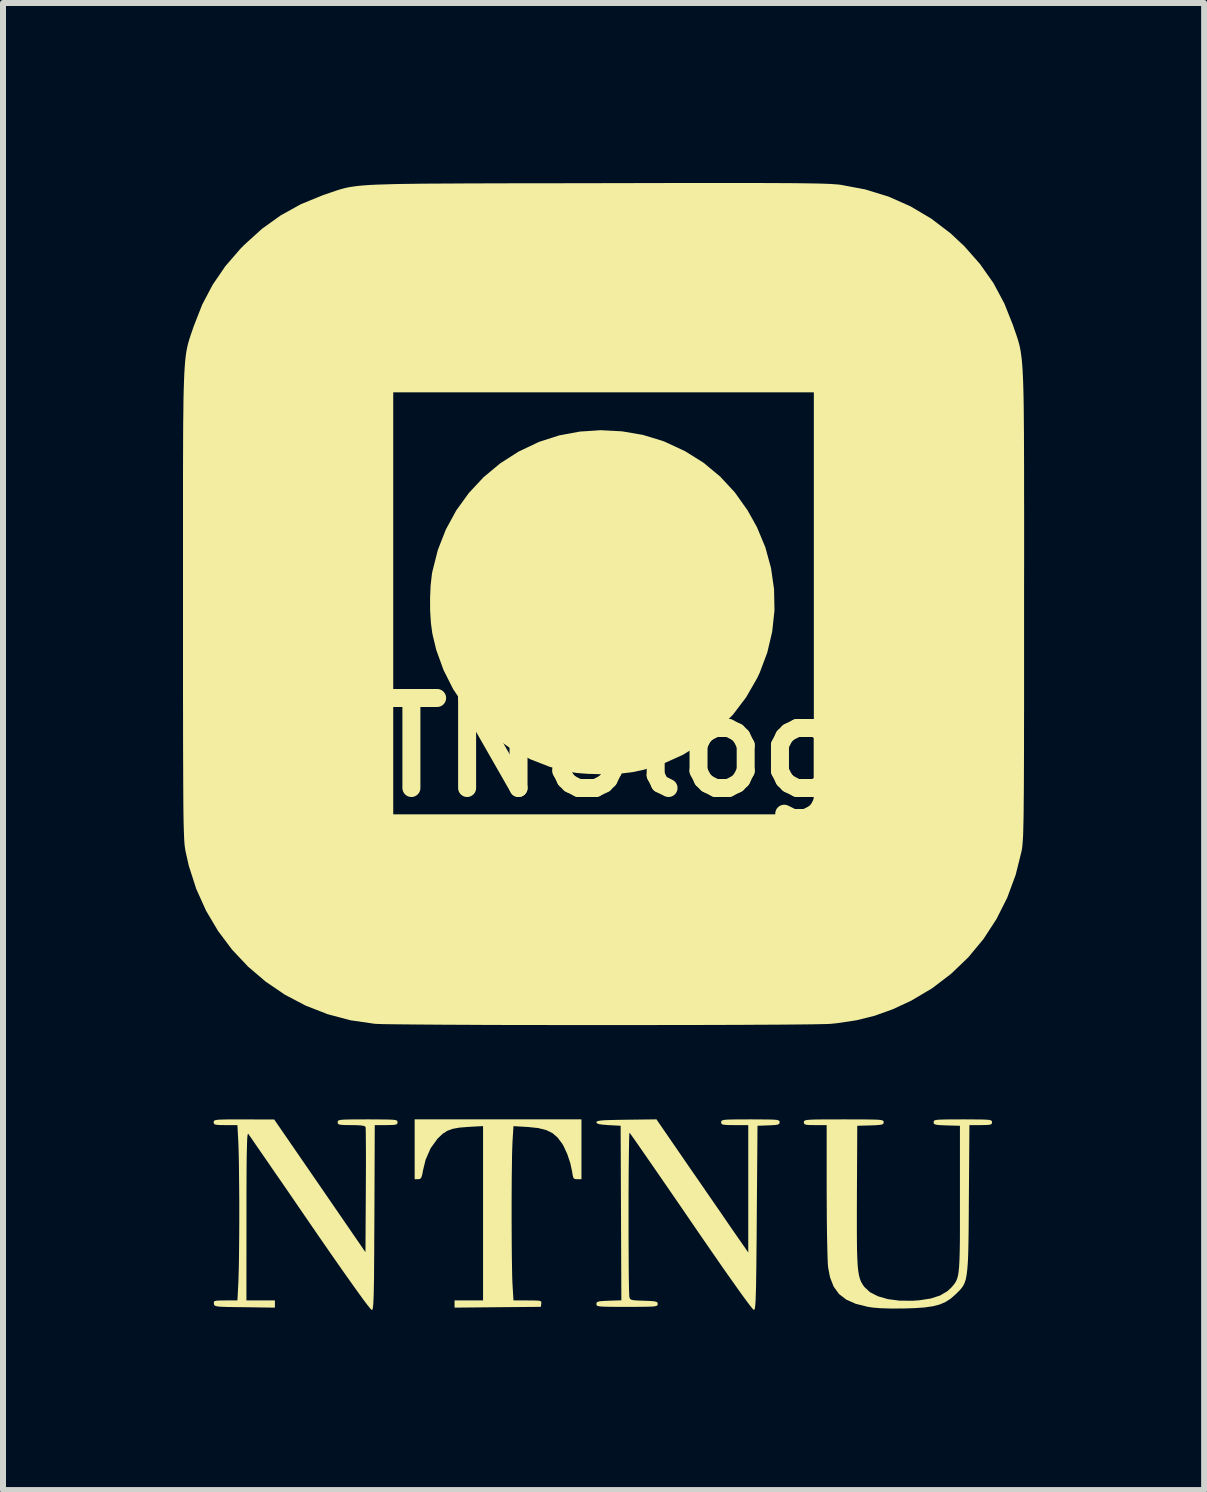
<source format=kicad_pcb>
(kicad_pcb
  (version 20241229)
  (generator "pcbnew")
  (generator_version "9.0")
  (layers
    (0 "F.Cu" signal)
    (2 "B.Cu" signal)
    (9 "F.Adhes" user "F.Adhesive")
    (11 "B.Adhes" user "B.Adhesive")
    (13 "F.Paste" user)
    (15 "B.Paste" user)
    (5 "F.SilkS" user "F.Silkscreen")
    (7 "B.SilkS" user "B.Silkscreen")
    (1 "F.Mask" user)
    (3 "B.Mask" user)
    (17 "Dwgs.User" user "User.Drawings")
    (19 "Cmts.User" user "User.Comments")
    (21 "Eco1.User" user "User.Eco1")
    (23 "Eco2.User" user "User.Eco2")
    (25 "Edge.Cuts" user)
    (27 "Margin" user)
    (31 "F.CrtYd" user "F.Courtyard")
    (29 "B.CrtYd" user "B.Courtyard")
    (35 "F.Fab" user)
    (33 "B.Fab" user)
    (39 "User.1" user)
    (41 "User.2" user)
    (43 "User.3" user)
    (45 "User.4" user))
  (footprint "NTNUlogo"
    (layer "F.Cu")
    (at 7.021 9.405)
    (property "Reference" "NTNUlogo" (at 0 0 0) (layer "F.SilkS") (effects (font (size 1.5 1.5) (thickness 0.3))))
    (attr board_only exclude_from_pos_files exclude_from_bom)
    (fp_poly (pts (xy 0.297 -5.266) (xy 0.643 -5.207) (xy 0.974 -5.106) (xy 1.01 -5.092) (xy 1.349 -4.934) (xy 1.657 -4.741) (xy 1.932 -4.512) (xy 2.176 -4.249) (xy 2.389 -3.949) (xy 2.544 -3.671) (xy 2.684 -3.336) (xy 2.779 -2.99) (xy 2.83 -2.636) (xy 2.837 -2.28) (xy 2.799 -1.926) (xy 2.717 -1.579) (xy 2.591 -1.243) (xy 2.548 -1.152) (xy 2.365 -0.834) (xy 2.146 -0.545) (xy 1.895 -0.287) (xy 1.615 -0.063) (xy 1.311 0.125) (xy 0.984 0.273) (xy 0.639 0.379) (xy 0.466 0.415) (xy 0.307 0.434) (xy 0.119 0.446) (xy -0.082 0.448) (xy -0.28 0.442) (xy -0.458 0.428) (xy -0.556 0.413) (xy -0.905 0.327) (xy -1.236 0.198) (xy -1.546 0.03) (xy -1.833 -0.173) (xy -2.093 -0.41) (xy -2.322 -0.677) (xy -2.519 -0.97) (xy -2.679 -1.288) (xy -2.801 -1.626) (xy -2.865 -1.894) (xy -2.889 -2.07) (xy -2.902 -2.274) (xy -2.903 -2.489) (xy -2.894 -2.698) (xy -2.873 -2.883) (xy -2.865 -2.928) (xy -2.774 -3.288) (xy -2.641 -3.628) (xy -2.468 -3.946) (xy -2.258 -4.237) (xy -2.013 -4.5) (xy -1.736 -4.731) (xy -1.429 -4.928) (xy -1.094 -5.087) (xy -1.081 -5.092) (xy -0.753 -5.198) (xy -0.408 -5.262) (xy -0.056 -5.285)) (stroke (width 0) (type solid)) (fill yes) (layer "F.SilkS"))
    (fp_poly (pts (xy -0.38 6.7) (xy -0.38 7.199) (xy -0.449 7.199) (xy -0.49 7.196) (xy -0.513 7.178) (xy -0.526 7.133) (xy -0.535 7.075) (xy -0.566 6.931) (xy -0.616 6.781) (xy -0.678 6.646) (xy -0.702 6.605) (xy -0.778 6.504) (xy -0.864 6.43) (xy -0.969 6.379) (xy -1.102 6.346) (xy -1.272 6.328) (xy -1.281 6.328) (xy -1.513 6.314) (xy -1.529 6.57) (xy -1.533 6.668) (xy -1.537 6.806) (xy -1.539 6.977) (xy -1.542 7.174) (xy -1.543 7.39) (xy -1.544 7.618) (xy -1.544 7.85) (xy -1.543 8.08) (xy -1.542 8.3) (xy -1.54 8.502) (xy -1.537 8.681) (xy -1.534 8.829) (xy -1.53 8.938) (xy -1.529 8.952) (xy -1.513 9.219) (xy -1.278 9.219) (xy -1.171 9.22) (xy -1.102 9.222) (xy -1.065 9.229) (xy -1.05 9.242) (xy -1.049 9.263) (xy -1.05 9.273) (xy -1.057 9.326) (xy -1.776 9.332) (xy -2.495 9.339) (xy -2.495 9.279) (xy -2.495 9.219) (xy -2.257 9.219) (xy -2.02 9.219) (xy -2.02 7.766) (xy -2.02 6.313) (xy -2.269 6.327) (xy -2.417 6.339) (xy -2.53 6.36) (xy -2.618 6.393) (xy -2.695 6.443) (xy -2.77 6.515) (xy -2.781 6.526) (xy -2.894 6.683) (xy -2.977 6.872) (xy -3.019 7.044) (xy -3.035 7.127) (xy -3.051 7.174) (xy -3.072 7.195) (xy -3.103 7.199) (xy -3.103 7.199) (xy -3.16 7.199) (xy -3.16 6.7) (xy -3.16 6.201) (xy -1.77 6.201) (xy -0.38 6.201)) (stroke (width 0) (type solid)) (fill yes) (layer "F.SilkS"))
    (fp_poly (pts (xy -3.778 6.202) (xy -3.654 6.203) (xy -3.565 6.205) (xy -3.506 6.209) (xy -3.47 6.215) (xy -3.452 6.225) (xy -3.446 6.238) (xy -3.445 6.249) (xy -3.449 6.273) (xy -3.468 6.287) (xy -3.51 6.294) (xy -3.585 6.296) (xy -3.635 6.297) (xy -3.825 6.297) (xy -3.831 7.835) (xy -3.833 8.146) (xy -3.834 8.413) (xy -3.836 8.64) (xy -3.837 8.828) (xy -3.84 8.983) (xy -3.842 9.106) (xy -3.846 9.202) (xy -3.849 9.273) (xy -3.854 9.323) (xy -3.859 9.355) (xy -3.865 9.373) (xy -3.873 9.379) (xy -3.873 9.379) (xy -3.894 9.361) (xy -3.941 9.303) (xy -4.014 9.207) (xy -4.112 9.072) (xy -4.236 8.898) (xy -4.385 8.687) (xy -4.558 8.439) (xy -4.756 8.153) (xy -4.907 7.933) (xy -5.069 7.697) (xy -5.223 7.472) (xy -5.368 7.261) (xy -5.502 7.068) (xy -5.621 6.894) (xy -5.725 6.744) (xy -5.81 6.621) (xy -5.874 6.527) (xy -5.916 6.467) (xy -5.933 6.442) (xy -5.94 6.443) (xy -5.945 6.465) (xy -5.95 6.511) (xy -5.953 6.583) (xy -5.956 6.686) (xy -5.959 6.821) (xy -5.961 6.992) (xy -5.962 7.201) (xy -5.963 7.451) (xy -5.963 7.746) (xy -5.963 7.811) (xy -5.964 9.219) (xy -5.726 9.219) (xy -5.489 9.219) (xy -5.489 9.279) (xy -5.489 9.339) (xy -5.994 9.332) (xy -6.161 9.33) (xy -6.286 9.328) (xy -6.376 9.325) (xy -6.437 9.32) (xy -6.474 9.313) (xy -6.494 9.303) (xy -6.503 9.29) (xy -6.506 9.273) (xy -6.507 9.247) (xy -6.496 9.231) (xy -6.464 9.223) (xy -6.401 9.22) (xy -6.314 9.219) (xy -6.114 9.219) (xy -6.098 8.916) (xy -6.095 8.819) (xy -6.091 8.683) (xy -6.088 8.515) (xy -6.086 8.324) (xy -6.084 8.118) (xy -6.083 7.905) (xy -6.083 7.758) (xy -6.083 7.545) (xy -6.085 7.333) (xy -6.087 7.131) (xy -6.089 6.946) (xy -6.092 6.787) (xy -6.096 6.662) (xy -6.098 6.599) (xy -6.114 6.297) (xy -6.312 6.297) (xy -6.409 6.296) (xy -6.468 6.291) (xy -6.498 6.282) (xy -6.509 6.264) (xy -6.51 6.249) (xy -6.509 6.233) (xy -6.499 6.222) (xy -6.477 6.213) (xy -6.434 6.207) (xy -6.367 6.204) (xy -6.268 6.202) (xy -6.132 6.202) (xy -6.005 6.202) (xy -5.501 6.203) (xy -4.74 7.309) (xy -3.98 8.415) (xy -3.974 7.386) (xy -3.973 7.168) (xy -3.972 6.965) (xy -3.972 6.781) (xy -3.973 6.622) (xy -3.974 6.492) (xy -3.975 6.396) (xy -3.977 6.339) (xy -3.979 6.326) (xy -4.003 6.311) (xy -4.065 6.301) (xy -4.169 6.297) (xy -4.217 6.297) (xy -4.322 6.296) (xy -4.388 6.292) (xy -4.425 6.285) (xy -4.44 6.27) (xy -4.443 6.249) (xy -4.441 6.233) (xy -4.432 6.221) (xy -4.409 6.213) (xy -4.367 6.207) (xy -4.299 6.204) (xy -4.199 6.202) (xy -4.062 6.202) (xy -3.944 6.201)) (stroke (width 0) (type solid)) (fill yes) (layer "F.SilkS"))
    (fp_poly (pts (xy 6.139 6.202) (xy 6.262 6.203) (xy 6.348 6.205) (xy 6.406 6.209) (xy 6.44 6.216) (xy 6.457 6.226) (xy 6.462 6.239) (xy 6.463 6.249) (xy 6.459 6.273) (xy 6.44 6.287) (xy 6.398 6.294) (xy 6.322 6.296) (xy 6.274 6.297) (xy 6.086 6.297) (xy 6.077 7.514) (xy 6.075 7.807) (xy 6.073 8.055) (xy 6.07 8.265) (xy 6.066 8.439) (xy 6.06 8.582) (xy 6.051 8.698) (xy 6.04 8.791) (xy 6.026 8.865) (xy 6.007 8.924) (xy 5.984 8.972) (xy 5.956 9.013) (xy 5.922 9.052) (xy 5.882 9.092) (xy 5.861 9.113) (xy 5.777 9.187) (xy 5.69 9.244) (xy 5.593 9.286) (xy 5.478 9.316) (xy 5.337 9.336) (xy 5.162 9.348) (xy 4.99 9.353) (xy 4.78 9.354) (xy 4.61 9.349) (xy 4.474 9.338) (xy 4.39 9.325) (xy 4.191 9.275) (xy 4.033 9.205) (xy 3.912 9.111) (xy 3.823 8.988) (xy 3.763 8.834) (xy 3.731 8.668) (xy 3.726 8.608) (xy 3.722 8.507) (xy 3.718 8.369) (xy 3.714 8.201) (xy 3.711 8.009) (xy 3.709 7.797) (xy 3.708 7.572) (xy 3.707 7.395) (xy 3.707 6.297) (xy 3.517 6.297) (xy 3.422 6.296) (xy 3.365 6.291) (xy 3.337 6.28) (xy 3.327 6.262) (xy 3.326 6.249) (xy 3.328 6.235) (xy 3.336 6.224) (xy 3.355 6.216) (xy 3.391 6.21) (xy 3.449 6.206) (xy 3.534 6.203) (xy 3.652 6.202) (xy 3.807 6.202) (xy 3.992 6.201) (xy 4.187 6.202) (xy 4.339 6.202) (xy 4.455 6.204) (xy 4.538 6.206) (xy 4.595 6.21) (xy 4.63 6.216) (xy 4.649 6.225) (xy 4.656 6.236) (xy 4.657 6.248) (xy 4.653 6.27) (xy 4.635 6.285) (xy 4.594 6.293) (xy 4.521 6.299) (xy 4.437 6.302) (xy 4.217 6.308) (xy 4.211 7.471) (xy 4.21 7.761) (xy 4.21 8.007) (xy 4.211 8.213) (xy 4.213 8.385) (xy 4.218 8.526) (xy 4.224 8.64) (xy 4.234 8.731) (xy 4.246 8.803) (xy 4.262 8.861) (xy 4.281 8.909) (xy 4.305 8.951) (xy 4.332 8.99) (xy 4.337 8.996) (xy 4.431 9.083) (xy 4.565 9.151) (xy 4.731 9.198) (xy 4.926 9.223) (xy 5.144 9.224) (xy 5.248 9.217) (xy 5.442 9.187) (xy 5.597 9.137) (xy 5.72 9.064) (xy 5.783 9.006) (xy 5.814 8.97) (xy 5.84 8.937) (xy 5.862 8.902) (xy 5.88 8.861) (xy 5.895 8.809) (xy 5.906 8.743) (xy 5.914 8.658) (xy 5.92 8.55) (xy 5.924 8.416) (xy 5.927 8.25) (xy 5.928 8.05) (xy 5.928 7.81) (xy 5.928 7.527) (xy 5.928 7.52) (xy 5.928 6.308) (xy 5.708 6.302) (xy 5.605 6.298) (xy 5.54 6.292) (xy 5.505 6.282) (xy 5.491 6.266) (xy 5.489 6.248) (xy 5.491 6.232) (xy 5.501 6.221) (xy 5.525 6.212) (xy 5.569 6.207) (xy 5.64 6.204) (xy 5.742 6.202) (xy 5.883 6.202) (xy 5.976 6.201)) (stroke (width 0) (type solid)) (fill yes) (layer "F.SilkS"))
    (fp_poly (pts (xy 1.438 7.027) (xy 1.569 7.216) (xy 1.699 7.405) (xy 1.824 7.586) (xy 1.94 7.754) (xy 2.042 7.903) (xy 2.127 8.027) (xy 2.191 8.119) (xy 2.203 8.136) (xy 2.4 8.42) (xy 2.4 7.358) (xy 2.4 6.297) (xy 2.174 6.297) (xy 2.069 6.296) (xy 2.003 6.292) (xy 1.967 6.285) (xy 1.951 6.27) (xy 1.948 6.249) (xy 1.95 6.233) (xy 1.96 6.221) (xy 1.983 6.213) (xy 2.026 6.207) (xy 2.095 6.204) (xy 2.196 6.202) (xy 2.335 6.202) (xy 2.435 6.201) (xy 2.599 6.202) (xy 2.721 6.203) (xy 2.808 6.205) (xy 2.866 6.209) (xy 2.9 6.216) (xy 2.917 6.226) (xy 2.922 6.239) (xy 2.923 6.248) (xy 2.918 6.272) (xy 2.897 6.287) (xy 2.851 6.295) (xy 2.769 6.3) (xy 2.738 6.301) (xy 2.554 6.308) (xy 2.542 7.841) (xy 2.54 8.152) (xy 2.537 8.418) (xy 2.535 8.644) (xy 2.532 8.832) (xy 2.53 8.986) (xy 2.526 9.109) (xy 2.523 9.204) (xy 2.519 9.274) (xy 2.514 9.324) (xy 2.509 9.355) (xy 2.502 9.373) (xy 2.495 9.378) (xy 2.495 9.378) (xy 2.474 9.36) (xy 2.427 9.302) (xy 2.356 9.207) (xy 2.259 9.074) (xy 2.139 8.904) (xy 1.994 8.699) (xy 1.827 8.458) (xy 1.637 8.183) (xy 1.449 7.909) (xy 1.287 7.672) (xy 1.132 7.447) (xy 0.987 7.236) (xy 0.854 7.043) (xy 0.734 6.87) (xy 0.631 6.721) (xy 0.546 6.599) (xy 0.482 6.507) (xy 0.439 6.447) (xy 0.422 6.424) (xy 0.421 6.424) (xy 0.418 6.444) (xy 0.415 6.508) (xy 0.413 6.608) (xy 0.411 6.741) (xy 0.409 6.901) (xy 0.407 7.084) (xy 0.406 7.283) (xy 0.405 7.494) (xy 0.405 7.713) (xy 0.405 7.933) (xy 0.405 8.15) (xy 0.406 8.359) (xy 0.407 8.554) (xy 0.408 8.731) (xy 0.41 8.885) (xy 0.412 9.01) (xy 0.415 9.102) (xy 0.418 9.154) (xy 0.419 9.164) (xy 0.428 9.189) (xy 0.447 9.205) (xy 0.485 9.215) (xy 0.552 9.22) (xy 0.656 9.224) (xy 0.662 9.224) (xy 0.768 9.228) (xy 0.835 9.234) (xy 0.872 9.243) (xy 0.888 9.258) (xy 0.891 9.278) (xy 0.889 9.294) (xy 0.88 9.306) (xy 0.857 9.314) (xy 0.815 9.32) (xy 0.748 9.323) (xy 0.65 9.325) (xy 0.515 9.326) (xy 0.38 9.326) (xy 0.212 9.326) (xy 0.085 9.325) (xy -0.005 9.323) (xy -0.066 9.319) (xy -0.104 9.313) (xy -0.123 9.304) (xy -0.13 9.291) (xy -0.131 9.278) (xy -0.127 9.255) (xy -0.108 9.241) (xy -0.067 9.232) (xy 0.007 9.227) (xy 0.077 9.224) (xy 0.285 9.217) (xy 0.279 7.763) (xy 0.273 6.308) (xy 0.071 6.297) (xy -0.031 6.289) (xy -0.094 6.279) (xy -0.124 6.265) (xy -0.131 6.249) (xy -0.125 6.237) (xy -0.103 6.228) (xy -0.06 6.221) (xy 0.01 6.215) (xy 0.112 6.212) (xy 0.253 6.209) (xy 0.37 6.207) (xy 0.87 6.201)) (stroke (width 0) (type solid)) (fill yes) (layer "F.SilkS"))
    (fp_poly (pts (xy 2.269 -9.405) (xy 2.539 -9.405) (xy 2.777 -9.404) (xy 2.986 -9.403) (xy 3.168 -9.402) (xy 3.325 -9.4) (xy 3.46 -9.398) (xy 3.574 -9.396) (xy 3.67 -9.393) (xy 3.75 -9.39) (xy 3.817 -9.386) (xy 3.872 -9.382) (xy 3.918 -9.378) (xy 3.945 -9.374) (xy 4.35 -9.298) (xy 4.737 -9.179) (xy 5.104 -9.016) (xy 5.449 -8.812) (xy 5.772 -8.566) (xy 6 -8.353) (xy 6.264 -8.053) (xy 6.487 -7.736) (xy 6.669 -7.395) (xy 6.816 -7.026) (xy 6.817 -7.021) (xy 6.84 -6.954) (xy 6.861 -6.894) (xy 6.88 -6.838) (xy 6.897 -6.784) (xy 6.912 -6.731) (xy 6.926 -6.675) (xy 6.938 -6.613) (xy 6.948 -6.545) (xy 6.958 -6.467) (xy 6.966 -6.378) (xy 6.973 -6.274) (xy 6.979 -6.154) (xy 6.984 -6.015) (xy 6.988 -5.855) (xy 6.991 -5.671) (xy 6.993 -5.462) (xy 6.995 -5.224) (xy 6.996 -4.957) (xy 6.997 -4.656) (xy 6.997 -4.32) (xy 6.998 -3.947) (xy 6.998 -3.535) (xy 6.998 -3.08) (xy 6.997 -2.581) (xy 6.997 -2.388) (xy 6.997 -1.881) (xy 6.997 -1.42) (xy 6.997 -1.002) (xy 6.997 -0.624) (xy 6.996 -0.285) (xy 6.996 0.018) (xy 6.995 0.287) (xy 6.994 0.524) (xy 6.993 0.732) (xy 6.991 0.912) (xy 6.99 1.068) (xy 6.988 1.2) (xy 6.985 1.313) (xy 6.983 1.407) (xy 6.98 1.485) (xy 6.976 1.549) (xy 6.972 1.602) (xy 6.968 1.646) (xy 6.964 1.683) (xy 6.958 1.715) (xy 6.956 1.728) (xy 6.857 2.126) (xy 6.717 2.505) (xy 6.537 2.863) (xy 6.32 3.196) (xy 6.067 3.501) (xy 5.781 3.775) (xy 5.464 4.017) (xy 5.118 4.222) (xy 5.11 4.226) (xy 4.806 4.367) (xy 4.508 4.474) (xy 4.203 4.55) (xy 3.874 4.599) (xy 3.774 4.609) (xy 3.718 4.612) (xy 3.618 4.614) (xy 3.477 4.617) (xy 3.298 4.619) (xy 3.085 4.621) (xy 2.84 4.623) (xy 2.568 4.624) (xy 2.271 4.626) (xy 1.953 4.627) (xy 1.617 4.628) (xy 1.266 4.629) (xy 0.904 4.629) (xy 0.534 4.63) (xy 0.158 4.63) (xy -0.219 4.63) (xy -0.594 4.63) (xy -0.964 4.629) (xy -1.326 4.628) (xy -1.677 4.628) (xy -2.013 4.627) (xy -2.33 4.625) (xy -2.627 4.624) (xy -2.899 4.622) (xy -3.142 4.62) (xy -3.355 4.618) (xy -3.533 4.616) (xy -3.674 4.614) (xy -3.773 4.611) (xy -3.828 4.608) (xy -4.228 4.55) (xy -4.612 4.448) (xy -4.978 4.305) (xy -5.322 4.124) (xy -5.643 3.906) (xy -5.937 3.655) (xy -6.203 3.373) (xy -6.437 3.061) (xy -6.637 2.723) (xy -6.8 2.361) (xy -6.924 1.977) (xy -6.98 1.728) (xy -6.985 1.697) (xy -6.99 1.662) (xy -6.995 1.622) (xy -6.999 1.573) (xy -7.002 1.513) (xy -7.005 1.441) (xy -7.008 1.354) (xy -7.011 1.25) (xy -7.013 1.126) (xy -7.015 0.98) (xy -7.016 0.811) (xy -7.017 0.615) (xy -7.018 0.39) (xy -7.019 0.135) (xy -7.02 -0.153) (xy -7.02 -0.477) (xy -7.021 -0.838) (xy -7.021 -1.239) (xy -7.021 -1.682) (xy -7.021 -2.17) (xy -7.021 -2.388) (xy -7.021 -2.904) (xy -7.021 -3.374) (xy -7.021 -3.802) (xy -7.021 -4.189) (xy -7.021 -4.538) (xy -7.02 -4.851) (xy -7.019 -5.131) (xy -7.018 -5.379) (xy -7.015 -5.598) (xy -7.013 -5.791) (xy -7.01 -5.916) (xy -3.517 -5.916) (xy -3.517 -2.4) (xy -3.517 1.117) (xy -0.012 1.117) (xy 3.493 1.117) (xy 3.493 -2.4) (xy 3.493 -5.916) (xy -0.012 -5.916) (xy -3.517 -5.916) (xy -7.01 -5.916) (xy -7.009 -5.959) (xy -7.004 -6.106) (xy -6.999 -6.232) (xy -6.992 -6.342) (xy -6.985 -6.436) (xy -6.976 -6.518) (xy -6.966 -6.59) (xy -6.954 -6.653) (xy -6.941 -6.711) (xy -6.926 -6.765) (xy -6.91 -6.818) (xy -6.892 -6.873) (xy -6.872 -6.931) (xy -6.85 -6.995) (xy -6.841 -7.021) (xy -6.7 -7.38) (xy -6.526 -7.71) (xy -6.315 -8.019) (xy -6.062 -8.311) (xy -5.999 -8.375) (xy -5.703 -8.643) (xy -5.39 -8.867) (xy -5.056 -9.052) (xy -4.694 -9.2) (xy -4.645 -9.217) (xy -4.578 -9.24) (xy -4.519 -9.26) (xy -4.464 -9.279) (xy -4.411 -9.296) (xy -4.358 -9.311) (xy -4.303 -9.325) (xy -4.243 -9.337) (xy -4.176 -9.347) (xy -4.1 -9.357) (xy -4.011 -9.365) (xy -3.909 -9.372) (xy -3.789 -9.378) (xy -3.651 -9.382) (xy -3.492 -9.387) (xy -3.309 -9.39) (xy -3.1 -9.393) (xy -2.862 -9.395) (xy -2.594 -9.396) (xy -2.293 -9.398) (xy -1.957 -9.399) (xy -1.582 -9.4) (xy -1.168 -9.4) (xy -0.71 -9.401) (xy -0.208 -9.402) (xy -0.144 -9.402) (xy 0.364 -9.403) (xy 0.826 -9.404) (xy 1.245 -9.405) (xy 1.624 -9.405) (xy 1.964 -9.405)) (stroke (width 0) (type solid)) (fill yes) (layer "F.SilkS")))
  (gr_rect
    (start -3 -3)
    (end 17.019 21.785)
    (stroke (width 0.1) (type default))
    (fill no)
    (layer "Edge.Cuts")))
</source>
